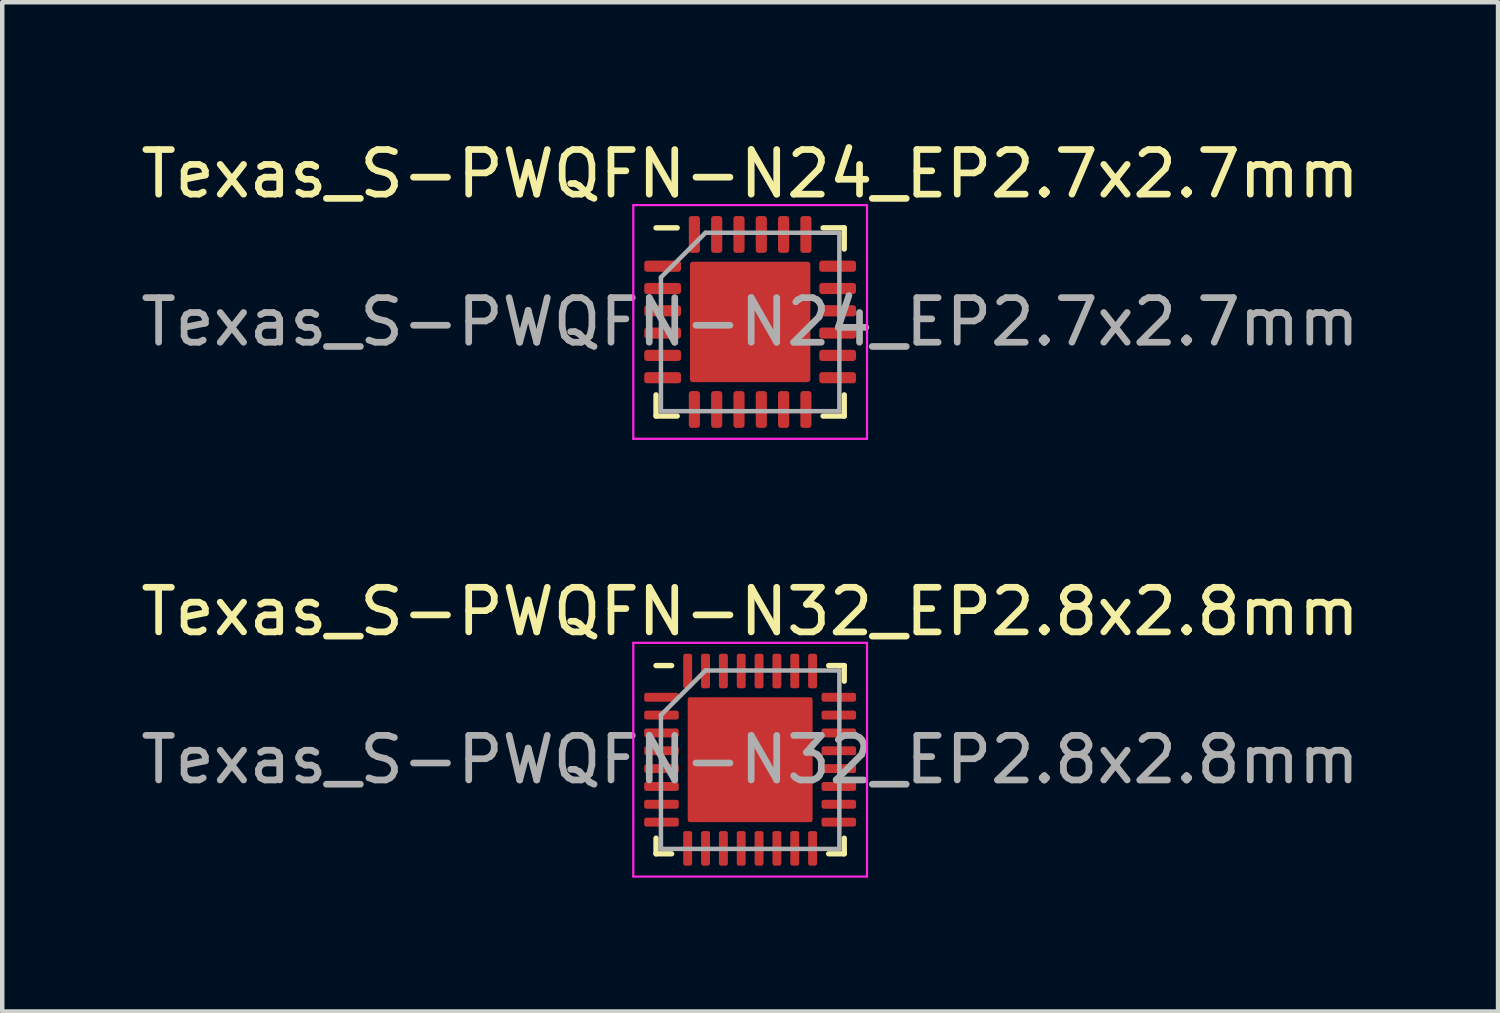
<source format=kicad_pcb>
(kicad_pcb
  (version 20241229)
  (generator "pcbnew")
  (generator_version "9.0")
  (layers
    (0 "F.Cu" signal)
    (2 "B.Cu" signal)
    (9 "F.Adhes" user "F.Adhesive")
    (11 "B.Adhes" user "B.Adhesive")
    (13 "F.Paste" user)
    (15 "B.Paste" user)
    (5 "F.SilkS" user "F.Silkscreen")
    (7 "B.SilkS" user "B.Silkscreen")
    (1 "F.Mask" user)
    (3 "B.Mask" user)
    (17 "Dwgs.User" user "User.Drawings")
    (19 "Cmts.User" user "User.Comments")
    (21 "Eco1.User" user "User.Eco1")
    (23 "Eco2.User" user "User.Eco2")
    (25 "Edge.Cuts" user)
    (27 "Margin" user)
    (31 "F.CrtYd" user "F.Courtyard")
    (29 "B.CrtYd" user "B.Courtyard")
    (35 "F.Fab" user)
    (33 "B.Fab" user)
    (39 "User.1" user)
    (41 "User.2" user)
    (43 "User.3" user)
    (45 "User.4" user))
  (footprint "Texas_S-PWQFN-N32_EP2.8x2.8mm"
    (layer "F.Cu")
    (at 13.768 13.982)
    (property "Reference" "Texas_S-PWQFN-N32_EP2.8x2.8mm" (at 0 -3.32 0) (layer "F.SilkS") (effects (font (size 1 1) (thickness 0.15))))
    (attr smd)
    (fp_line (start -2.11 2.11) (end -2.11 1.76) (stroke (width 0.12) (type solid)) (layer "F.SilkS"))
    (fp_line (start -1.76 -2.11) (end -2.11 -2.11) (stroke (width 0.12) (type solid)) (layer "F.SilkS"))
    (fp_line (start -1.76 2.11) (end -2.11 2.11) (stroke (width 0.12) (type solid)) (layer "F.SilkS"))
    (fp_line (start 1.76 -2.11) (end 2.11 -2.11) (stroke (width 0.12) (type solid)) (layer "F.SilkS"))
    (fp_line (start 1.76 2.11) (end 2.11 2.11) (stroke (width 0.12) (type solid)) (layer "F.SilkS"))
    (fp_line (start 2.11 -2.11) (end 2.11 -1.76) (stroke (width 0.12) (type solid)) (layer "F.SilkS"))
    (fp_line (start 2.11 2.11) (end 2.11 1.76) (stroke (width 0.12) (type solid)) (layer "F.SilkS"))
    (fp_line (start -2.62 -2.62) (end -2.62 2.62) (stroke (width 0.05) (type solid)) (layer "F.CrtYd"))
    (fp_line (start -2.62 2.62) (end 2.62 2.62) (stroke (width 0.05) (type solid)) (layer "F.CrtYd"))
    (fp_line (start 2.62 -2.62) (end -2.62 -2.62) (stroke (width 0.05) (type solid)) (layer "F.CrtYd"))
    (fp_line (start 2.62 2.62) (end 2.62 -2.62) (stroke (width 0.05) (type solid)) (layer "F.CrtYd"))
    (fp_line (start -2 -1) (end -1 -2) (stroke (width 0.1) (type solid)) (layer "F.Fab"))
    (fp_line (start -2 2) (end -2 -1) (stroke (width 0.1) (type solid)) (layer "F.Fab"))
    (fp_line (start -1 -2) (end 2 -2) (stroke (width 0.1) (type solid)) (layer "F.Fab"))
    (fp_line (start 2 -2) (end 2 2) (stroke (width 0.1) (type solid)) (layer "F.Fab"))
    (fp_line (start 2 2) (end -2 2) (stroke (width 0.1) (type solid)) (layer "F.Fab"))
    (fp_text user "${REFERENCE}" (at 0 0 0) (layer "F.Fab") (effects (font (size 1 1) (thickness 0.15))))
    (pad "" smd roundrect (at -0.7 -0.7) (size 1.13 1.13) (layers "F.Paste") (roundrect_rratio 0.221))
    (pad "" smd roundrect (at -0.7 0.7) (size 1.13 1.13) (layers "F.Paste") (roundrect_rratio 0.221))
    (pad "" smd roundrect (at 0.7 -0.7) (size 1.13 1.13) (layers "F.Paste") (roundrect_rratio 0.221))
    (pad "" smd roundrect (at 0.7 0.7) (size 1.13 1.13) (layers "F.Paste") (roundrect_rratio 0.221))
    (pad "1" smd roundrect (at -1.988 -1.4) (size 0.775 0.2) (layers "F.Cu" "F.Mask" "F.Paste") (roundrect_rratio 0.25))
    (pad "2" smd roundrect (at -1.988 -1) (size 0.775 0.2) (layers "F.Cu" "F.Mask" "F.Paste") (roundrect_rratio 0.25))
    (pad "3" smd roundrect (at -1.988 -0.6) (size 0.775 0.2) (layers "F.Cu" "F.Mask" "F.Paste") (roundrect_rratio 0.25))
    (pad "4" smd roundrect (at -1.988 -0.2) (size 0.775 0.2) (layers "F.Cu" "F.Mask" "F.Paste") (roundrect_rratio 0.25))
    (pad "5" smd roundrect (at -1.988 0.2) (size 0.775 0.2) (layers "F.Cu" "F.Mask" "F.Paste") (roundrect_rratio 0.25))
    (pad "6" smd roundrect (at -1.988 0.6) (size 0.775 0.2) (layers "F.Cu" "F.Mask" "F.Paste") (roundrect_rratio 0.25))
    (pad "7" smd roundrect (at -1.988 1) (size 0.775 0.2) (layers "F.Cu" "F.Mask" "F.Paste") (roundrect_rratio 0.25))
    (pad "8" smd roundrect (at -1.988 1.4) (size 0.775 0.2) (layers "F.Cu" "F.Mask" "F.Paste") (roundrect_rratio 0.25))
    (pad "9" smd roundrect (at -1.4 1.988) (size 0.2 0.775) (layers "F.Cu" "F.Mask" "F.Paste") (roundrect_rratio 0.25))
    (pad "10" smd roundrect (at -1 1.988) (size 0.2 0.775) (layers "F.Cu" "F.Mask" "F.Paste") (roundrect_rratio 0.25))
    (pad "11" smd roundrect (at -0.6 1.988) (size 0.2 0.775) (layers "F.Cu" "F.Mask" "F.Paste") (roundrect_rratio 0.25))
    (pad "12" smd roundrect (at -0.2 1.988) (size 0.2 0.775) (layers "F.Cu" "F.Mask" "F.Paste") (roundrect_rratio 0.25))
    (pad "13" smd roundrect (at 0.2 1.988) (size 0.2 0.775) (layers "F.Cu" "F.Mask" "F.Paste") (roundrect_rratio 0.25))
    (pad "14" smd roundrect (at 0.6 1.988) (size 0.2 0.775) (layers "F.Cu" "F.Mask" "F.Paste") (roundrect_rratio 0.25))
    (pad "15" smd roundrect (at 1 1.988) (size 0.2 0.775) (layers "F.Cu" "F.Mask" "F.Paste") (roundrect_rratio 0.25))
    (pad "16" smd roundrect (at 1.4 1.988) (size 0.2 0.775) (layers "F.Cu" "F.Mask" "F.Paste") (roundrect_rratio 0.25))
    (pad "17" smd roundrect (at 1.988 1.4) (size 0.775 0.2) (layers "F.Cu" "F.Mask" "F.Paste") (roundrect_rratio 0.25))
    (pad "18" smd roundrect (at 1.988 1) (size 0.775 0.2) (layers "F.Cu" "F.Mask" "F.Paste") (roundrect_rratio 0.25))
    (pad "19" smd roundrect (at 1.988 0.6) (size 0.775 0.2) (layers "F.Cu" "F.Mask" "F.Paste") (roundrect_rratio 0.25))
    (pad "20" smd roundrect (at 1.988 0.2) (size 0.775 0.2) (layers "F.Cu" "F.Mask" "F.Paste") (roundrect_rratio 0.25))
    (pad "21" smd roundrect (at 1.988 -0.2) (size 0.775 0.2) (layers "F.Cu" "F.Mask" "F.Paste") (roundrect_rratio 0.25))
    (pad "22" smd roundrect (at 1.988 -0.6) (size 0.775 0.2) (layers "F.Cu" "F.Mask" "F.Paste") (roundrect_rratio 0.25))
    (pad "23" smd roundrect (at 1.988 -1) (size 0.775 0.2) (layers "F.Cu" "F.Mask" "F.Paste") (roundrect_rratio 0.25))
    (pad "24" smd roundrect (at 1.988 -1.4) (size 0.775 0.2) (layers "F.Cu" "F.Mask" "F.Paste") (roundrect_rratio 0.25))
    (pad "25" smd roundrect (at 1.4 -1.988) (size 0.2 0.775) (layers "F.Cu" "F.Mask" "F.Paste") (roundrect_rratio 0.25))
    (pad "26" smd roundrect (at 1 -1.988) (size 0.2 0.775) (layers "F.Cu" "F.Mask" "F.Paste") (roundrect_rratio 0.25))
    (pad "27" smd roundrect (at 0.6 -1.988) (size 0.2 0.775) (layers "F.Cu" "F.Mask" "F.Paste") (roundrect_rratio 0.25))
    (pad "28" smd roundrect (at 0.2 -1.988) (size 0.2 0.775) (layers "F.Cu" "F.Mask" "F.Paste") (roundrect_rratio 0.25))
    (pad "29" smd roundrect (at -0.2 -1.988) (size 0.2 0.775) (layers "F.Cu" "F.Mask" "F.Paste") (roundrect_rratio 0.25))
    (pad "30" smd roundrect (at -0.6 -1.988) (size 0.2 0.775) (layers "F.Cu" "F.Mask" "F.Paste") (roundrect_rratio 0.25))
    (pad "31" smd roundrect (at -1 -1.988) (size 0.2 0.775) (layers "F.Cu" "F.Mask" "F.Paste") (roundrect_rratio 0.25))
    (pad "32" smd roundrect (at -1.4 -1.988) (size 0.2 0.775) (layers "F.Cu" "F.Mask" "F.Paste") (roundrect_rratio 0.25))
    (pad "33" smd roundrect (at 0 0) (size 2.8 2.8) (layers "F.Cu" "F.Mask") (roundrect_rratio 0.018)))
  (footprint "Texas_S-PWQFN-N24_EP2.7x2.7mm"
    (layer "F.Cu")
    (at 13.768 4.168)
    (property "Reference" "Texas_S-PWQFN-N24_EP2.7x2.7mm" (at 0 -3.32 0) (layer "F.SilkS") (effects (font (size 1 1) (thickness 0.15))))
    (attr smd)
    (fp_line (start -2.11 2.11) (end -2.11 1.635) (stroke (width 0.12) (type solid)) (layer "F.SilkS"))
    (fp_line (start -1.635 -2.11) (end -2.11 -2.11) (stroke (width 0.12) (type solid)) (layer "F.SilkS"))
    (fp_line (start -1.635 2.11) (end -2.11 2.11) (stroke (width 0.12) (type solid)) (layer "F.SilkS"))
    (fp_line (start 1.635 -2.11) (end 2.11 -2.11) (stroke (width 0.12) (type solid)) (layer "F.SilkS"))
    (fp_line (start 1.635 2.11) (end 2.11 2.11) (stroke (width 0.12) (type solid)) (layer "F.SilkS"))
    (fp_line (start 2.11 -2.11) (end 2.11 -1.635) (stroke (width 0.12) (type solid)) (layer "F.SilkS"))
    (fp_line (start 2.11 2.11) (end 2.11 1.635) (stroke (width 0.12) (type solid)) (layer "F.SilkS"))
    (fp_line (start -2.62 -2.62) (end -2.62 2.62) (stroke (width 0.05) (type solid)) (layer "F.CrtYd"))
    (fp_line (start -2.62 2.62) (end 2.62 2.62) (stroke (width 0.05) (type solid)) (layer "F.CrtYd"))
    (fp_line (start 2.62 -2.62) (end -2.62 -2.62) (stroke (width 0.05) (type solid)) (layer "F.CrtYd"))
    (fp_line (start 2.62 2.62) (end 2.62 -2.62) (stroke (width 0.05) (type solid)) (layer "F.CrtYd"))
    (fp_line (start -2 -1) (end -1 -2) (stroke (width 0.1) (type solid)) (layer "F.Fab"))
    (fp_line (start -2 2) (end -2 -1) (stroke (width 0.1) (type solid)) (layer "F.Fab"))
    (fp_line (start -1 -2) (end 2 -2) (stroke (width 0.1) (type solid)) (layer "F.Fab"))
    (fp_line (start 2 -2) (end 2 2) (stroke (width 0.1) (type solid)) (layer "F.Fab"))
    (fp_line (start 2 2) (end -2 2) (stroke (width 0.1) (type solid)) (layer "F.Fab"))
    (fp_text user "${REFERENCE}" (at 0 0 0) (layer "F.Fab") (effects (font (size 1 1) (thickness 0.15))))
    (pad "" smd roundrect (at -0.675 -0.675) (size 1.09 1.09) (layers "F.Paste") (roundrect_rratio 0.229))
    (pad "" smd roundrect (at -0.675 0.675) (size 1.09 1.09) (layers "F.Paste") (roundrect_rratio 0.229))
    (pad "" smd roundrect (at 0.675 -0.675) (size 1.09 1.09) (layers "F.Paste") (roundrect_rratio 0.229))
    (pad "" smd roundrect (at 0.675 0.675) (size 1.09 1.09) (layers "F.Paste") (roundrect_rratio 0.229))
    (pad "1" smd roundrect (at -1.962 -1.25) (size 0.825 0.25) (layers "F.Cu" "F.Mask" "F.Paste") (roundrect_rratio 0.25))
    (pad "2" smd roundrect (at -1.962 -0.75) (size 0.825 0.25) (layers "F.Cu" "F.Mask" "F.Paste") (roundrect_rratio 0.25))
    (pad "3" smd roundrect (at -1.962 -0.25) (size 0.825 0.25) (layers "F.Cu" "F.Mask" "F.Paste") (roundrect_rratio 0.25))
    (pad "4" smd roundrect (at -1.962 0.25) (size 0.825 0.25) (layers "F.Cu" "F.Mask" "F.Paste") (roundrect_rratio 0.25))
    (pad "5" smd roundrect (at -1.962 0.75) (size 0.825 0.25) (layers "F.Cu" "F.Mask" "F.Paste") (roundrect_rratio 0.25))
    (pad "6" smd roundrect (at -1.962 1.25) (size 0.825 0.25) (layers "F.Cu" "F.Mask" "F.Paste") (roundrect_rratio 0.25))
    (pad "7" smd roundrect (at -1.25 1.962) (size 0.25 0.825) (layers "F.Cu" "F.Mask" "F.Paste") (roundrect_rratio 0.25))
    (pad "8" smd roundrect (at -0.75 1.962) (size 0.25 0.825) (layers "F.Cu" "F.Mask" "F.Paste") (roundrect_rratio 0.25))
    (pad "9" smd roundrect (at -0.25 1.962) (size 0.25 0.825) (layers "F.Cu" "F.Mask" "F.Paste") (roundrect_rratio 0.25))
    (pad "10" smd roundrect (at 0.25 1.962) (size 0.25 0.825) (layers "F.Cu" "F.Mask" "F.Paste") (roundrect_rratio 0.25))
    (pad "11" smd roundrect (at 0.75 1.962) (size 0.25 0.825) (layers "F.Cu" "F.Mask" "F.Paste") (roundrect_rratio 0.25))
    (pad "12" smd roundrect (at 1.25 1.962) (size 0.25 0.825) (layers "F.Cu" "F.Mask" "F.Paste") (roundrect_rratio 0.25))
    (pad "13" smd roundrect (at 1.962 1.25) (size 0.825 0.25) (layers "F.Cu" "F.Mask" "F.Paste") (roundrect_rratio 0.25))
    (pad "14" smd roundrect (at 1.962 0.75) (size 0.825 0.25) (layers "F.Cu" "F.Mask" "F.Paste") (roundrect_rratio 0.25))
    (pad "15" smd roundrect (at 1.962 0.25) (size 0.825 0.25) (layers "F.Cu" "F.Mask" "F.Paste") (roundrect_rratio 0.25))
    (pad "16" smd roundrect (at 1.962 -0.25) (size 0.825 0.25) (layers "F.Cu" "F.Mask" "F.Paste") (roundrect_rratio 0.25))
    (pad "17" smd roundrect (at 1.962 -0.75) (size 0.825 0.25) (layers "F.Cu" "F.Mask" "F.Paste") (roundrect_rratio 0.25))
    (pad "18" smd roundrect (at 1.962 -1.25) (size 0.825 0.25) (layers "F.Cu" "F.Mask" "F.Paste") (roundrect_rratio 0.25))
    (pad "19" smd roundrect (at 1.25 -1.962) (size 0.25 0.825) (layers "F.Cu" "F.Mask" "F.Paste") (roundrect_rratio 0.25))
    (pad "20" smd roundrect (at 0.75 -1.962) (size 0.25 0.825) (layers "F.Cu" "F.Mask" "F.Paste") (roundrect_rratio 0.25))
    (pad "21" smd roundrect (at 0.25 -1.962) (size 0.25 0.825) (layers "F.Cu" "F.Mask" "F.Paste") (roundrect_rratio 0.25))
    (pad "22" smd roundrect (at -0.25 -1.962) (size 0.25 0.825) (layers "F.Cu" "F.Mask" "F.Paste") (roundrect_rratio 0.25))
    (pad "23" smd roundrect (at -0.75 -1.962) (size 0.25 0.825) (layers "F.Cu" "F.Mask" "F.Paste") (roundrect_rratio 0.25))
    (pad "24" smd roundrect (at -1.25 -1.962) (size 0.25 0.825) (layers "F.Cu" "F.Mask" "F.Paste") (roundrect_rratio 0.25))
    (pad "25" smd roundrect (at 0 0) (size 2.7 2.7) (layers "F.Cu" "F.Mask") (roundrect_rratio 0.023)))
  (gr_rect
    (start -3 -3)
    (end 30.536 19.627)
    (stroke (width 0.1) (type default))
    (fill no)
    (layer "Edge.Cuts")))
</source>
